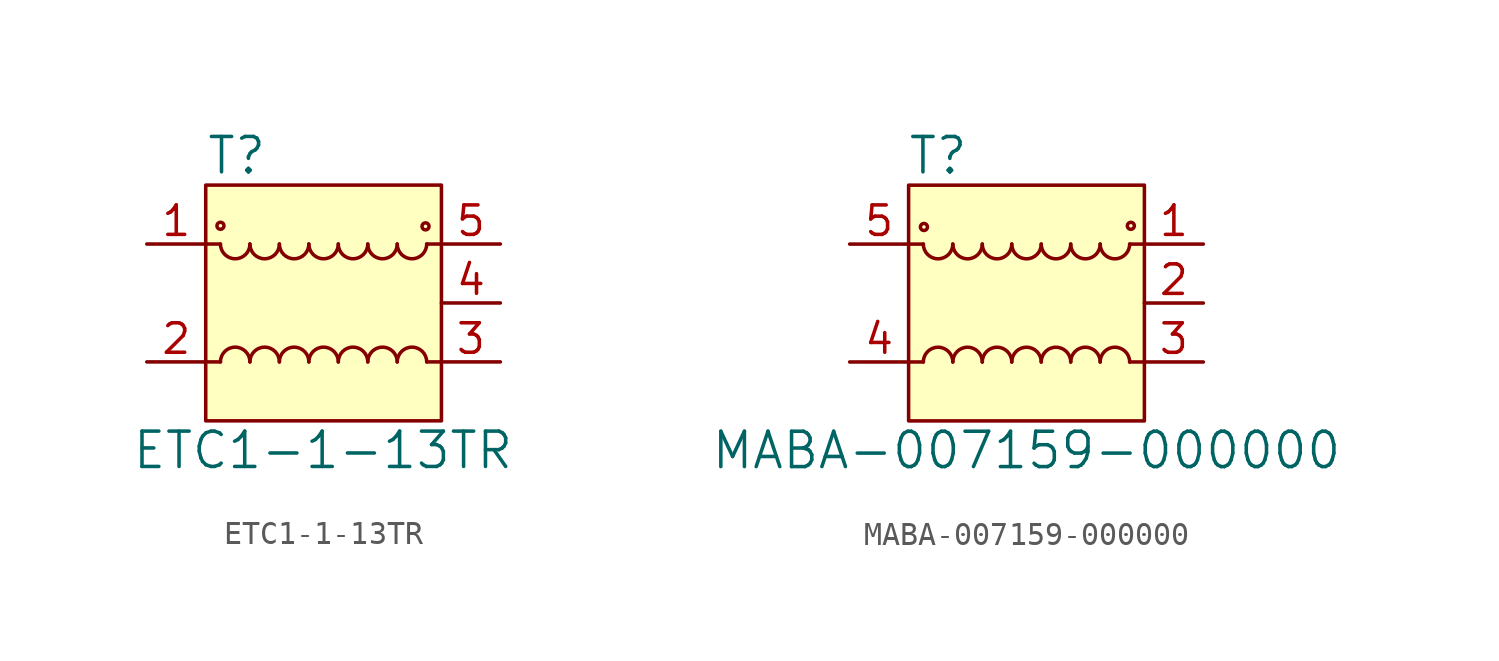
<source format=kicad_sym>
(kicad_symbol_lib
  (version 20211014)
  (generator kicad_symbol_editor)
  (symbol "ETC1-1-13TR"
    (pin_names
      (offset 0))
    (property "Reference" "T"
      (at -5.08 6.35 0)
      (effects (font (size 1.524 1.524)) (justify left)))
    (property "Value" "ETC1-1-13TR"
      (at -0.025 -6.35 0)
      (effects (font (size 1.524 1.524))))
    (symbol "ETC1-1-13TR_0_1"
      (rectangle (start -5.08 5.08) (end 5.08 -5.08) (stroke (width 0) (type default) (color 0 0 0 0)) (fill (type background)))
      (arc (start -4.445 2.54) (mid -3.81 1.905) (end -3.175 2.54) (stroke (width 0) (type default) (color 0 0 0 0)) (fill (type none)))
      (circle (center -4.445 3.327) (radius 0.076) (stroke (width 0) (type default) (color 0 0 0 0)) (fill (type none)))
      (arc (start -3.175 -2.54) (mid -3.81 -1.905) (end -4.445 -2.54) (stroke (width 0) (type default) (color 0 0 0 0)) (fill (type none)))
      (arc (start -3.175 2.54) (mid -2.54 1.905) (end -1.905 2.54) (stroke (width 0) (type default) (color 0 0 0 0)) (fill (type none)))
      (arc (start -1.905 -2.54) (mid -2.54 -1.905) (end -3.175 -2.54) (stroke (width 0) (type default) (color 0 0 0 0)) (fill (type none)))
      (arc (start -1.905 2.54) (mid -1.27 1.905) (end -0.635 2.54) (stroke (width 0) (type default) (color 0 0 0 0)) (fill (type none)))
      (arc (start -0.635 -2.54) (mid -1.27 -1.905) (end -1.905 -2.54) (stroke (width 0) (type default) (color 0 0 0 0)) (fill (type none)))
      (arc (start -0.635 2.54) (mid 0 1.905) (end 0.635 2.54) (stroke (width 0) (type default) (color 0 0 0 0)) (fill (type none)))
      (polyline (pts (xy -5.08 -2.54) (xy -4.445 -2.54)) (stroke (width 0) (type default) (color 0 0 0 0)) (fill (type none)))
      (polyline (pts (xy -4.445 2.54) (xy -5.08 2.54)) (stroke (width 0) (type default) (color 0 0 0 0)) (fill (type none)))
      (polyline (pts (xy 4.445 2.54) (xy 5.08 2.54)) (stroke (width 0) (type default) (color 0 0 0 0)) (fill (type none)))
      (polyline (pts (xy 5.08 -2.54) (xy 4.445 -2.54)) (stroke (width 0) (type default) (color 0 0 0 0)) (fill (type none)))
      (arc (start 0.635 -2.54) (mid 0 -1.905) (end -0.635 -2.54) (stroke (width 0) (type default) (color 0 0 0 0)) (fill (type none)))
      (arc (start 0.635 2.54) (mid 1.27 1.905) (end 1.905 2.54) (stroke (width 0) (type default) (color 0 0 0 0)) (fill (type none)))
      (arc (start 1.905 -2.54) (mid 1.27 -1.905) (end 0.635 -2.54) (stroke (width 0) (type default) (color 0 0 0 0)) (fill (type none)))
      (arc (start 1.905 2.54) (mid 2.54 1.905) (end 3.175 2.54) (stroke (width 0) (type default) (color 0 0 0 0)) (fill (type none)))
      (arc (start 3.175 -2.54) (mid 2.54 -1.905) (end 1.905 -2.54) (stroke (width 0) (type default) (color 0 0 0 0)) (fill (type none)))
      (arc (start 3.175 2.54) (mid 3.81 1.905) (end 4.445 2.54) (stroke (width 0) (type default) (color 0 0 0 0)) (fill (type none)))
      (circle (center 4.394 3.302) (radius 0.076) (stroke (width 0) (type default) (color 0 0 0 0)) (fill (type none)))
      (arc (start 4.445 -2.54) (mid 3.81 -1.905) (end 3.175 -2.54) (stroke (width 0) (type default) (color 0 0 0 0)) (fill (type none))))
    (symbol "ETC1-1-13TR_1_1"
      (pin passive line (at -7.62 2.54 0) (length 2.54) (name "~" (effects (font (size 1.27 1.27)))) (number "1" (effects (font (size 1.27 1.27)))))
      (pin passive line (at -7.62 -2.54 0) (length 2.54) (name "~" (effects (font (size 1.27 1.27)))) (number "2" (effects (font (size 1.27 1.27)))))
      (pin passive line (at 7.62 -2.54 180) (length 2.54) (name "~" (effects (font (size 1.27 1.27)))) (number "3" (effects (font (size 1.27 1.27)))))
      (pin unspecified line (at 7.62 0 180) (length 2.54) (name "~" (effects (font (size 1.27 1.27)))) (number "4" (effects (font (size 1.27 1.27)))))
      (pin passive line (at 7.62 2.54 180) (length 2.54) (name "~" (effects (font (size 1.27 1.27)))) (number "5" (effects (font (size 1.27 1.27)))))))
  (symbol "MABA-007159-000000"
    (pin_names
      (offset 1.016))
    (property "Reference" "T"
      (at -3.81 6.35 0)
      (effects (font (size 1.524 1.524))))
    (property "Value" "MABA-007159-000000"
      (at 0 -6.35 0)
      (effects (font (size 1.524 1.524))))
    (symbol "MABA-007159-000000_0_1"
      (rectangle (start -5.08 5.08) (end 5.08 -5.08) (stroke (width 0) (type default) (color 0 0 0 0)) (fill (type background)))
      (arc (start -4.445 2.54) (mid -3.81 1.905) (end -3.175 2.54) (stroke (width 0) (type default) (color 0 0 0 0)) (fill (type none)))
      (circle (center -4.42 3.277) (radius 0.076) (stroke (width 0) (type default) (color 0 0 0 0)) (fill (type none)))
      (arc (start -3.175 -2.54) (mid -3.81 -1.905) (end -4.445 -2.54) (stroke (width 0) (type default) (color 0 0 0 0)) (fill (type none)))
      (arc (start -3.175 2.54) (mid -2.54 1.905) (end -1.905 2.54) (stroke (width 0) (type default) (color 0 0 0 0)) (fill (type none)))
      (arc (start -1.905 -2.54) (mid -2.54 -1.905) (end -3.175 -2.54) (stroke (width 0) (type default) (color 0 0 0 0)) (fill (type none)))
      (arc (start -1.905 2.54) (mid -1.27 1.905) (end -0.635 2.54) (stroke (width 0) (type default) (color 0 0 0 0)) (fill (type none)))
      (arc (start -0.635 -2.54) (mid -1.27 -1.905) (end -1.905 -2.54) (stroke (width 0) (type default) (color 0 0 0 0)) (fill (type none)))
      (arc (start -0.635 2.54) (mid 0 1.905) (end 0.635 2.54) (stroke (width 0) (type default) (color 0 0 0 0)) (fill (type none)))
      (polyline (pts (xy -5.08 -2.54) (xy -4.445 -2.54)) (stroke (width 0) (type default) (color 0 0 0 0)) (fill (type none)))
      (polyline (pts (xy -4.445 2.54) (xy -5.08 2.54)) (stroke (width 0) (type default) (color 0 0 0 0)) (fill (type none)))
      (polyline (pts (xy 4.445 2.54) (xy 5.08 2.54)) (stroke (width 0) (type default) (color 0 0 0 0)) (fill (type none)))
      (polyline (pts (xy 5.08 -2.54) (xy 4.445 -2.54)) (stroke (width 0) (type default) (color 0 0 0 0)) (fill (type none)))
      (arc (start 0.635 -2.54) (mid 0 -1.905) (end -0.635 -2.54) (stroke (width 0) (type default) (color 0 0 0 0)) (fill (type none)))
      (arc (start 0.635 2.54) (mid 1.27 1.905) (end 1.905 2.54) (stroke (width 0) (type default) (color 0 0 0 0)) (fill (type none)))
      (arc (start 1.905 -2.54) (mid 1.27 -1.905) (end 0.635 -2.54) (stroke (width 0) (type default) (color 0 0 0 0)) (fill (type none)))
      (arc (start 1.905 2.54) (mid 2.54 1.905) (end 3.175 2.54) (stroke (width 0) (type default) (color 0 0 0 0)) (fill (type none)))
      (arc (start 3.175 -2.54) (mid 2.54 -1.905) (end 1.905 -2.54) (stroke (width 0) (type default) (color 0 0 0 0)) (fill (type none)))
      (arc (start 3.175 2.54) (mid 3.81 1.905) (end 4.445 2.54) (stroke (width 0) (type default) (color 0 0 0 0)) (fill (type none)))
      (arc (start 4.445 -2.54) (mid 3.81 -1.905) (end 3.175 -2.54) (stroke (width 0) (type default) (color 0 0 0 0)) (fill (type none)))
      (circle (center 4.496 3.327) (radius 0.076) (stroke (width 0) (type default) (color 0 0 0 0)) (fill (type none))))
    (symbol "MABA-007159-000000_1_0"
      (pin unspecified line (at 7.62 0 180) (length 2.54) (name "~" (effects (font (size 1.27 1.27)))) (number "2" (effects (font (size 1.27 1.27))))))
    (symbol "MABA-007159-000000_1_1"
      (pin passive line (at 7.62 2.54 180) (length 2.54) (name "~" (effects (font (size 1.27 1.27)))) (number "1" (effects (font (size 1.27 1.27)))))
      (pin passive line (at 7.62 -2.54 180) (length 2.54) (name "~" (effects (font (size 1.27 1.27)))) (number "3" (effects (font (size 1.27 1.27)))))
      (pin passive line (at -7.62 -2.54 0) (length 2.54) (name "~" (effects (font (size 1.27 1.27)))) (number "4" (effects (font (size 1.27 1.27)))))
      (pin passive line (at -7.62 2.54 0) (length 2.54) (name "~" (effects (font (size 1.27 1.27)))) (number "5" (effects (font (size 1.27 1.27))))))))
</source>
